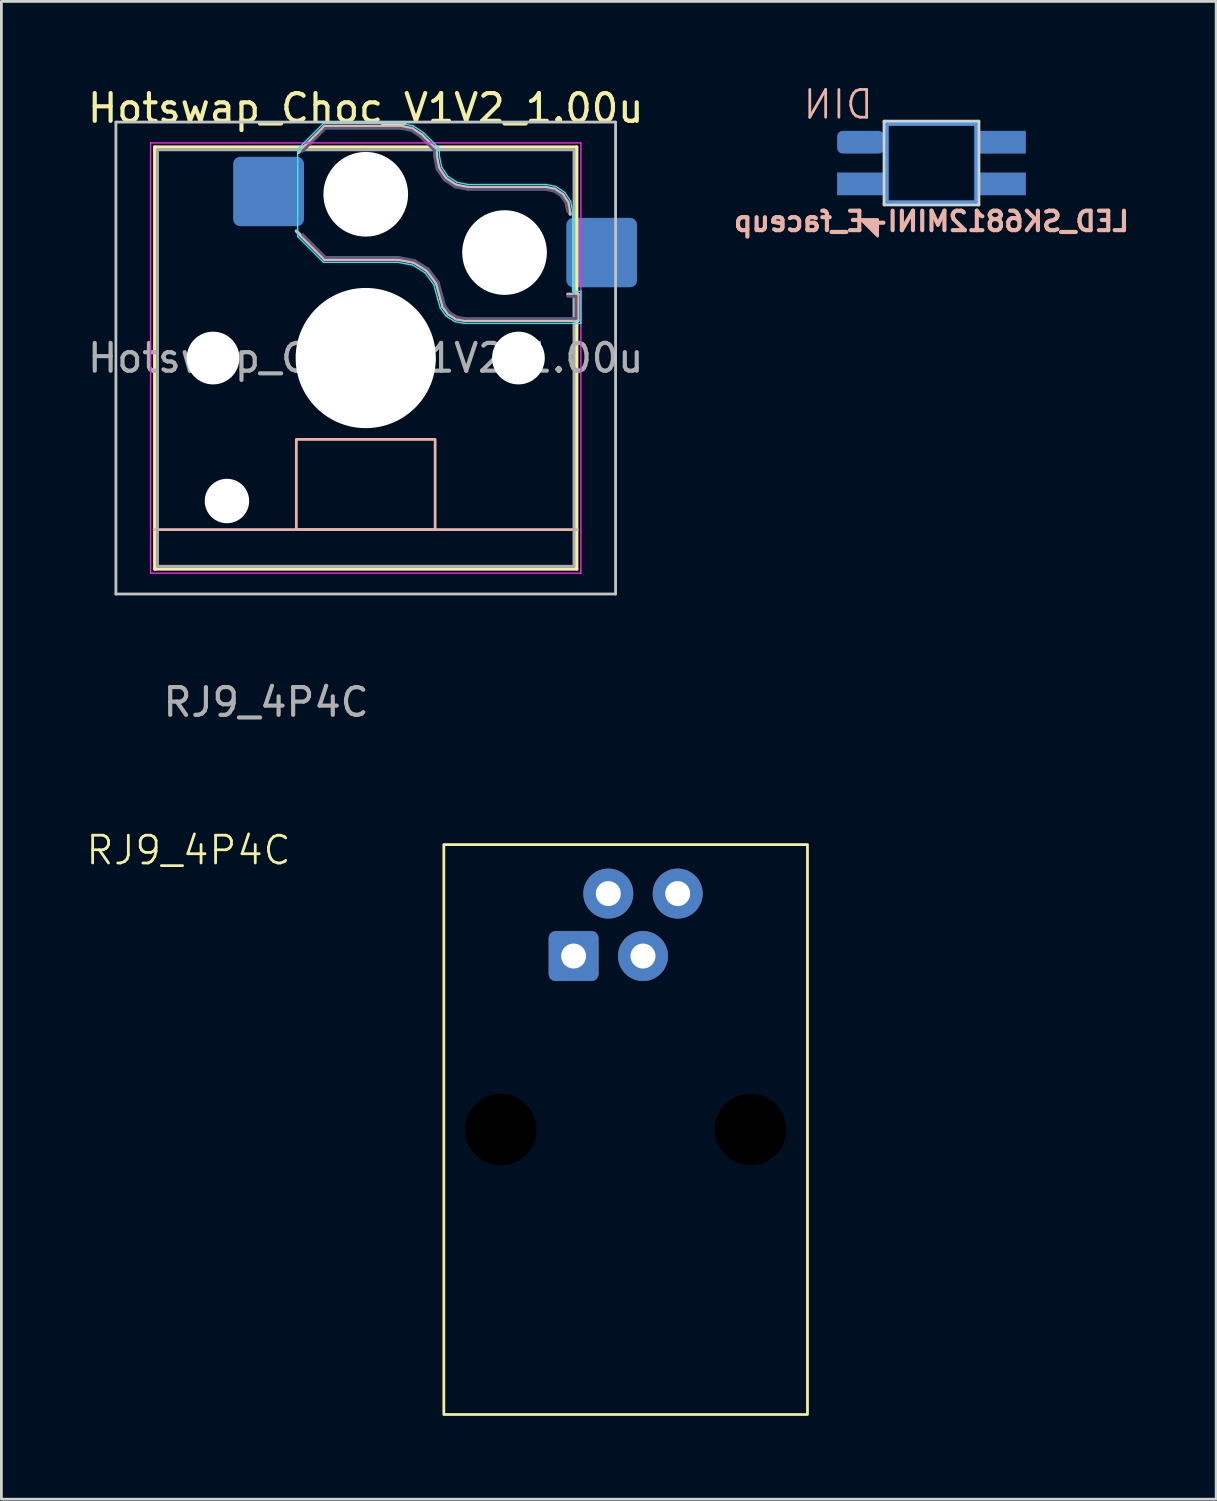
<source format=kicad_pcb>
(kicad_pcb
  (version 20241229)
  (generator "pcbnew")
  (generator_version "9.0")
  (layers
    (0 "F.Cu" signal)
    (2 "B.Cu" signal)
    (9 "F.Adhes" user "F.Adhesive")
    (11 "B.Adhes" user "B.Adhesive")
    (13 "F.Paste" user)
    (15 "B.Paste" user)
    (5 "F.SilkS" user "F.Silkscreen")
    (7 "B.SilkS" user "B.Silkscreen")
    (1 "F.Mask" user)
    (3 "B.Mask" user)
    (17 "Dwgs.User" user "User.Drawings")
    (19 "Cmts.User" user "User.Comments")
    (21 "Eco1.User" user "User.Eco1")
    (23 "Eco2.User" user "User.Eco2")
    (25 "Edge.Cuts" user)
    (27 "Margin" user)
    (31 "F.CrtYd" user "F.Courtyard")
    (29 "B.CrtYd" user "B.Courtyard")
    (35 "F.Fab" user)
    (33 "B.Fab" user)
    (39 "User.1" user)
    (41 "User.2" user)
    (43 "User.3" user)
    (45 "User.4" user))
  (footprint "LED_SK6812MINI-E_faceup"
    (layer "F.Cu")
    (at 30.505 2.824)
    (property "Reference" "LED_SK6812MINI-E_faceup" (at 0 2.1 0) (unlocked yes) (layer "B.SilkS") (effects (font (size 0.7 0.7) (thickness 0.15)) (justify mirror)))
    (attr through_hole)
    (fp_poly (pts (xy -2.54 2.032) (xy -1.94 2.032) (xy -1.94 2.632)) (stroke (width 0.1) (type solid)) (fill yes) (layer "B.SilkS"))
    (fp_line (start -1.6 -1.4) (end -1.6 1.4) (stroke (width 0.12) (type solid)) (layer "Cmts.User"))
    (fp_line (start -1.6 1.4) (end 1.6 1.4) (stroke (width 0.12) (type solid)) (layer "Cmts.User"))
    (fp_line (start 1.6 -1.4) (end -1.6 -1.4) (stroke (width 0.12) (type solid)) (layer "Cmts.User"))
    (fp_line (start 1.6 1.4) (end 1.6 -1.4) (stroke (width 0.12) (type solid)) (layer "Cmts.User"))
    (fp_line (start -1.7 -1.5) (end -1.7 1.5) (stroke (width 0.12) (type solid)) (layer "Edge.Cuts"))
    (fp_line (start -1.7 1.5) (end 1.7 1.5) (stroke (width 0.12) (type solid)) (layer "Edge.Cuts"))
    (fp_line (start 1.7 -1.5) (end -1.7 -1.5) (stroke (width 0.12) (type solid)) (layer "Edge.Cuts"))
    (fp_line (start 1.7 1.5) (end 1.7 -1.5) (stroke (width 0.12) (type solid)) (layer "Edge.Cuts"))
    (fp_text user "DIN" (at -2.032 -1.524 0) (unlocked yes) (layer "B.SilkS") (effects (font (size 1 1) (thickness 0.1)) (justify left bottom mirror)))
    (pad "1" smd rect (at 2.55 -0.75) (size 1.7 0.82) (layers "B.Cu" "B.Mask" "B.Paste"))
    (pad "2" smd rect (at 2.55 0.75) (size 1.7 0.82) (layers "B.Cu" "B.Mask" "B.Paste"))
    (pad "3" smd rect (at -2.55 0.75) (size 1.7 0.82) (layers "B.Cu" "B.Mask" "B.Paste"))
    (pad "4" smd roundrect (at -2.55 -0.75) (size 1.7 0.82) (layers "B.Cu" "B.Mask" "B.Paste") (roundrect_rratio 0.25)))
  (footprint "Hotswap_Choc_V1V2_1.00u"
    (layer "F.Cu")
    (at 10.125 9.848)
    (property "Reference" "Hotswap_Choc_V1V2_1.00u" (at 0 -9 0) (layer "F.SilkS") (effects (font (size 1 1) (thickness 0.15))))
    (attr smd)
    (fp_line (start -7.6 -7.6) (end -7.6 7.6) (stroke (width 0.12) (type solid)) (layer "F.SilkS"))
    (fp_line (start -7.6 7.6) (end 7.6 7.6) (stroke (width 0.12) (type solid)) (layer "F.SilkS"))
    (fp_line (start 7.6 -7.6) (end -7.6 -7.6) (stroke (width 0.12) (type solid)) (layer "F.SilkS"))
    (fp_line (start 7.6 7.6) (end 7.6 -7.6) (stroke (width 0.12) (type solid)) (layer "F.SilkS"))
    (fp_line (start -7.62 6.18) (end 7.62 6.18) (stroke (width 0.1) (type default)) (layer "B.SilkS"))
    (fp_line (start -2.416 -7.409) (end -1.479 -8.346) (stroke (width 0.12) (type solid)) (layer "B.SilkS"))
    (fp_line (start -1.479 -8.346) (end 1.268 -8.346) (stroke (width 0.12) (type solid)) (layer "B.SilkS"))
    (fp_line (start -1.479 -3.554) (end -2.5 -4.575) (stroke (width 0.12) (type solid)) (layer "B.SilkS"))
    (fp_line (start 1.168 -3.554) (end -1.479 -3.554) (stroke (width 0.12) (type solid)) (layer "B.SilkS"))
    (fp_line (start 1.268 -8.346) (end 1.671 -8.266) (stroke (width 0.12) (type solid)) (layer "B.SilkS"))
    (fp_line (start 1.671 -8.266) (end 2.013 -8.037) (stroke (width 0.12) (type solid)) (layer "B.SilkS"))
    (fp_line (start 1.73 -3.449) (end 1.168 -3.554) (stroke (width 0.12) (type solid)) (layer "B.SilkS"))
    (fp_line (start 2.013 -8.037) (end 2.546 -7.504) (stroke (width 0.12) (type solid)) (layer "B.SilkS"))
    (fp_line (start 2.209 -3.15) (end 1.73 -3.449) (stroke (width 0.12) (type solid)) (layer "B.SilkS"))
    (fp_line (start 2.546 -7.504) (end 2.546 -7.282) (stroke (width 0.12) (type solid)) (layer "B.SilkS"))
    (fp_line (start 2.546 -7.282) (end 2.633 -6.844) (stroke (width 0.12) (type solid)) (layer "B.SilkS"))
    (fp_line (start 2.547 -2.697) (end 2.209 -3.15) (stroke (width 0.12) (type solid)) (layer "B.SilkS"))
    (fp_line (start 2.633 -6.844) (end 2.877 -6.477) (stroke (width 0.12) (type solid)) (layer "B.SilkS"))
    (fp_line (start 2.701 -2.139) (end 2.547 -2.697) (stroke (width 0.12) (type solid)) (layer "B.SilkS"))
    (fp_line (start 2.783 -1.841) (end 2.701 -2.139) (stroke (width 0.12) (type solid)) (layer "B.SilkS"))
    (fp_line (start 2.877 -6.477) (end 3.244 -6.233) (stroke (width 0.12) (type solid)) (layer "B.SilkS"))
    (fp_line (start 2.976 -1.583) (end 2.783 -1.841) (stroke (width 0.12) (type solid)) (layer "B.SilkS"))
    (fp_line (start 3.244 -6.233) (end 3.682 -6.146) (stroke (width 0.12) (type solid)) (layer "B.SilkS"))
    (fp_line (start 3.25 -1.413) (end 2.976 -1.583) (stroke (width 0.12) (type solid)) (layer "B.SilkS"))
    (fp_line (start 3.56 -1.354) (end 3.25 -1.413) (stroke (width 0.12) (type solid)) (layer "B.SilkS"))
    (fp_line (start 3.682 -6.146) (end 6.482 -6.146) (stroke (width 0.12) (type solid)) (layer "B.SilkS"))
    (fp_line (start 6.482 -6.146) (end 6.809 -6.081) (stroke (width 0.12) (type solid)) (layer "B.SilkS"))
    (fp_line (start 6.809 -6.081) (end 7.092 -5.892) (stroke (width 0.12) (type solid)) (layer "B.SilkS"))
    (fp_line (start 7.092 -5.892) (end 7.281 -5.609) (stroke (width 0.12) (type solid)) (layer "B.SilkS"))
    (fp_line (start 7.281 -5.609) (end 7.366 -5.182) (stroke (width 0.12) (type solid)) (layer "B.SilkS"))
    (fp_line (start 7.283 -2.296) (end 7.646 -2.296) (stroke (width 0.12) (type solid)) (layer "B.SilkS"))
    (fp_line (start 7.646 -2.296) (end 7.646 -1.354) (stroke (width 0.12) (type solid)) (layer "B.SilkS"))
    (fp_line (start 7.646 -1.354) (end 3.56 -1.354) (stroke (width 0.12) (type solid)) (layer "B.SilkS"))
    (fp_rect (start -2.5 2.93) (end 2.5 6.18) (stroke (width 0.1) (type default)) (fill no) (layer "B.SilkS"))
    (fp_line (start -9 -8.5) (end -9 8.5) (stroke (width 0.1) (type solid)) (layer "Dwgs.User"))
    (fp_line (start -9 8.5) (end 9 8.5) (stroke (width 0.1) (type solid)) (layer "Dwgs.User"))
    (fp_line (start 9 -8.5) (end -9 -8.5) (stroke (width 0.1) (type solid)) (layer "Dwgs.User"))
    (fp_line (start 9 8.5) (end 9 -8.5) (stroke (width 0.1) (type solid)) (layer "Dwgs.User"))
    (fp_line (start -7.25 -7.25) (end -7.25 7.25) (stroke (width 0.1) (type solid)) (layer "Eco1.User"))
    (fp_line (start -7.25 7.25) (end 7.25 7.25) (stroke (width 0.1) (type solid)) (layer "Eco1.User"))
    (fp_line (start 7.25 -7.25) (end -7.25 -7.25) (stroke (width 0.1) (type solid)) (layer "Eco1.User"))
    (fp_line (start 7.25 7.25) (end 7.25 -7.25) (stroke (width 0.1) (type solid)) (layer "Eco1.User"))
    (fp_line (start -2.452 -7.523) (end -1.523 -8.452) (stroke (width 0.05) (type solid)) (layer "B.CrtYd"))
    (fp_line (start -2.452 -4.377) (end -2.452 -7.523) (stroke (width 0.05) (type solid)) (layer "B.CrtYd"))
    (fp_line (start -1.523 -8.452) (end 1.278 -8.452) (stroke (width 0.05) (type solid)) (layer "B.CrtYd"))
    (fp_line (start -1.523 -3.448) (end -2.452 -4.377) (stroke (width 0.05) (type solid)) (layer "B.CrtYd"))
    (fp_line (start 1.159 -3.448) (end -1.523 -3.448) (stroke (width 0.05) (type solid)) (layer "B.CrtYd"))
    (fp_line (start 1.278 -8.452) (end 1.712 -8.366) (stroke (width 0.05) (type solid)) (layer "B.CrtYd"))
    (fp_line (start 1.691 -3.348) (end 1.159 -3.448) (stroke (width 0.05) (type solid)) (layer "B.CrtYd"))
    (fp_line (start 1.712 -8.366) (end 2.081 -8.119) (stroke (width 0.05) (type solid)) (layer "B.CrtYd"))
    (fp_line (start 2.081 -8.119) (end 2.652 -7.548) (stroke (width 0.05) (type solid)) (layer "B.CrtYd"))
    (fp_line (start 2.136 -3.071) (end 1.691 -3.348) (stroke (width 0.05) (type solid)) (layer "B.CrtYd"))
    (fp_line (start 2.45 -2.65) (end 2.136 -3.071) (stroke (width 0.05) (type solid)) (layer "B.CrtYd"))
    (fp_line (start 2.599 -2.111) (end 2.45 -2.65) (stroke (width 0.05) (type solid)) (layer "B.CrtYd"))
    (fp_line (start 2.652 -7.548) (end 2.652 -7.292) (stroke (width 0.05) (type solid)) (layer "B.CrtYd"))
    (fp_line (start 2.652 -7.292) (end 2.733 -6.885) (stroke (width 0.05) (type solid)) (layer "B.CrtYd"))
    (fp_line (start 2.687 -1.794) (end 2.599 -2.111) (stroke (width 0.05) (type solid)) (layer "B.CrtYd"))
    (fp_line (start 2.733 -6.885) (end 2.953 -6.553) (stroke (width 0.05) (type solid)) (layer "B.CrtYd"))
    (fp_line (start 2.903 -1.503) (end 2.687 -1.794) (stroke (width 0.05) (type solid)) (layer "B.CrtYd"))
    (fp_line (start 2.953 -6.553) (end 3.285 -6.333) (stroke (width 0.05) (type solid)) (layer "B.CrtYd"))
    (fp_line (start 3.211 -1.312) (end 2.903 -1.503) (stroke (width 0.05) (type solid)) (layer "B.CrtYd"))
    (fp_line (start 3.285 -6.333) (end 3.692 -6.252) (stroke (width 0.05) (type solid)) (layer "B.CrtYd"))
    (fp_line (start 3.55 -1.248) (end 3.211 -1.312) (stroke (width 0.05) (type solid)) (layer "B.CrtYd"))
    (fp_line (start 3.692 -6.252) (end 6.492 -6.252) (stroke (width 0.05) (type solid)) (layer "B.CrtYd"))
    (fp_line (start 6.492 -6.252) (end 6.85 -6.181) (stroke (width 0.05) (type solid)) (layer "B.CrtYd"))
    (fp_line (start 6.85 -6.181) (end 7.168 -5.968) (stroke (width 0.05) (type solid)) (layer "B.CrtYd"))
    (fp_line (start 7.168 -5.968) (end 7.381 -5.65) (stroke (width 0.05) (type solid)) (layer "B.CrtYd"))
    (fp_line (start 7.381 -5.65) (end 7.452 -5.292) (stroke (width 0.05) (type solid)) (layer "B.CrtYd"))
    (fp_line (start 7.452 -5.292) (end 7.452 -2.402) (stroke (width 0.05) (type solid)) (layer "B.CrtYd"))
    (fp_line (start 7.452 -2.402) (end 7.752 -2.402) (stroke (width 0.05) (type solid)) (layer "B.CrtYd"))
    (fp_line (start 7.752 -2.402) (end 7.752 -1.248) (stroke (width 0.05) (type solid)) (layer "B.CrtYd"))
    (fp_line (start 7.752 -1.248) (end 3.55 -1.248) (stroke (width 0.05) (type solid)) (layer "B.CrtYd"))
    (fp_line (start -7.75 -7.75) (end -7.75 7.75) (stroke (width 0.05) (type solid)) (layer "F.CrtYd"))
    (fp_line (start -7.75 7.75) (end 7.75 7.75) (stroke (width 0.05) (type solid)) (layer "F.CrtYd"))
    (fp_line (start 7.75 -7.75) (end -7.75 -7.75) (stroke (width 0.05) (type solid)) (layer "F.CrtYd"))
    (fp_line (start 7.75 7.75) (end 7.75 -7.75) (stroke (width 0.05) (type solid)) (layer "F.CrtYd"))
    (fp_line (start -2.275 -7.45) (end -1.45 -8.275) (stroke (width 0.1) (type solid)) (layer "B.Fab"))
    (fp_line (start -1.45 -8.275) (end 1.261 -8.275) (stroke (width 0.1) (type solid)) (layer "B.Fab"))
    (fp_line (start -1.45 -3.625) (end -2.275 -4.45) (stroke (width 0.1) (type solid)) (layer "B.Fab"))
    (fp_line (start 1.175 -3.625) (end -1.45 -3.625) (stroke (width 0.1) (type solid)) (layer "B.Fab"))
    (fp_line (start 1.261 -8.275) (end 1.643 -8.199) (stroke (width 0.1) (type solid)) (layer "B.Fab"))
    (fp_line (start 1.643 -8.199) (end 1.968 -7.982) (stroke (width 0.1) (type solid)) (layer "B.Fab"))
    (fp_line (start 1.756 -3.516) (end 1.175 -3.625) (stroke (width 0.1) (type solid)) (layer "B.Fab"))
    (fp_line (start 1.968 -7.982) (end 2.475 -7.475) (stroke (width 0.1) (type solid)) (layer "B.Fab"))
    (fp_line (start 2.258 -3.203) (end 1.756 -3.516) (stroke (width 0.1) (type solid)) (layer "B.Fab"))
    (fp_line (start 2.475 -7.475) (end 2.475 -7.275) (stroke (width 0.1) (type solid)) (layer "B.Fab"))
    (fp_line (start 2.475 -7.275) (end 2.566 -6.816) (stroke (width 0.1) (type solid)) (layer "B.Fab"))
    (fp_line (start 2.566 -6.816) (end 2.826 -6.426) (stroke (width 0.1) (type solid)) (layer "B.Fab"))
    (fp_line (start 2.612 -2.729) (end 2.258 -3.203) (stroke (width 0.1) (type solid)) (layer "B.Fab"))
    (fp_line (start 2.769 -2.158) (end 2.612 -2.729) (stroke (width 0.1) (type solid)) (layer "B.Fab"))
    (fp_line (start 2.826 -6.426) (end 3.216 -6.166) (stroke (width 0.1) (type solid)) (layer "B.Fab"))
    (fp_line (start 2.848 -1.873) (end 2.769 -2.158) (stroke (width 0.1) (type solid)) (layer "B.Fab"))
    (fp_line (start 3.025 -1.636) (end 2.848 -1.873) (stroke (width 0.1) (type solid)) (layer "B.Fab"))
    (fp_line (start 3.216 -6.166) (end 3.675 -6.075) (stroke (width 0.1) (type solid)) (layer "B.Fab"))
    (fp_line (start 3.276 -1.48) (end 3.025 -1.636) (stroke (width 0.1) (type solid)) (layer "B.Fab"))
    (fp_line (start 3.567 -1.425) (end 3.276 -1.48) (stroke (width 0.1) (type solid)) (layer "B.Fab"))
    (fp_line (start 3.675 -6.075) (end 6.475 -6.075) (stroke (width 0.1) (type solid)) (layer "B.Fab"))
    (fp_line (start 6.475 -6.075) (end 6.781 -6.014) (stroke (width 0.1) (type solid)) (layer "B.Fab"))
    (fp_line (start 6.781 -6.014) (end 7.041 -5.841) (stroke (width 0.1) (type solid)) (layer "B.Fab"))
    (fp_line (start 7.041 -5.841) (end 7.214 -5.581) (stroke (width 0.1) (type solid)) (layer "B.Fab"))
    (fp_line (start 7.214 -5.581) (end 7.275 -5.275) (stroke (width 0.1) (type solid)) (layer "B.Fab"))
    (fp_line (start 7.275 -2.225) (end 7.575 -2.225) (stroke (width 0.1) (type solid)) (layer "B.Fab"))
    (fp_line (start 7.575 -2.225) (end 7.575 -1.425) (stroke (width 0.1) (type solid)) (layer "B.Fab"))
    (fp_line (start 7.575 -1.425) (end 3.567 -1.425) (stroke (width 0.1) (type solid)) (layer "B.Fab"))
    (fp_line (start -7.5 -7.5) (end -7.5 7.5) (stroke (width 0.1) (type solid)) (layer "F.Fab"))
    (fp_line (start -7.5 7.5) (end 7.5 7.5) (stroke (width 0.1) (type solid)) (layer "F.Fab"))
    (fp_line (start 7.5 -7.5) (end -7.5 -7.5) (stroke (width 0.1) (type solid)) (layer "F.Fab"))
    (fp_line (start 7.5 7.5) (end 7.5 -7.5) (stroke (width 0.1) (type solid)) (layer "F.Fab"))
    (fp_text user "${REFERENCE}" (at 0 0 0) (layer "F.Fab") (effects (font (size 1 1) (thickness 0.15))))
    (pad "" np_thru_hole circle (at -5.5 0) (size 1.9 1.9) (drill 1.9) (layers "*.Cu" "*.Mask"))
    (pad "" np_thru_hole circle (at -5 5.15) (size 1.6 1.6) (drill 1.6) (layers "*.Cu" "*.Mask"))
    (pad "" np_thru_hole circle (at 0 -5.9) (size 3.05 3.05) (drill 3.05) (layers "*.Cu" "*.Mask"))
    (pad "" np_thru_hole circle (at 0 0) (size 5.05 5.05) (drill 5.05) (layers "*.Cu" "*.Mask"))
    (pad "" np_thru_hole circle (at 5 -3.8) (size 3.05 3.05) (drill 3.05) (layers "*.Cu" "*.Mask"))
    (pad "" np_thru_hole circle (at 5.5 0) (size 1.9 1.9) (drill 1.9) (layers "*.Cu" "*.Mask"))
    (pad "1" smd roundrect (at -3.5 -6) (size 2.55 2.5) (layers "B.Cu" "B.Mask" "B.Paste") (roundrect_rratio 0.1))
    (pad "2" smd roundrect (at 8.5 -3.8) (size 2.55 2.5) (layers "B.Cu" "B.Mask" "B.Paste") (roundrect_rratio 0.1)))
  (footprint "RJ9_4P4C"
    (layer "F.Cu")
    (at 19.488 31.39)
    (property "Reference" "RJ9_4P4C" (at -15.748 -3.81 0) (unlocked yes) (layer "F.SilkS") (effects (font (size 1 1) (thickness 0.1))))
    (attr through_hole)
    (fp_rect (start -6.55 -4.015) (end 6.55 16.515) (stroke (width 0.1) (type default)) (fill no) (layer "F.SilkS"))
    (fp_text user "${REFERENCE}" (at -12.954 -9.144 0) (unlocked yes) (layer "F.Fab") (effects (font (size 1 1) (thickness 0.15))))
    (pad "" np_thru_hole circle (at -4.5 6.25) (size 2.63 2.63) (drill 2.58) (layers "*.Mask"))
    (pad "" np_thru_hole circle (at 4.5 6.25) (size 2.63 2.63) (drill 2.58) (layers "*.Mask"))
    (pad "1" thru_hole roundrect (at -1.875 0) (size 1.8 1.8) (drill 0.9) (layers "*.Cu" "*.Mask") (roundrect_rratio 0.139))
    (pad "2" thru_hole circle (at -0.625 -2.25) (size 1.8 1.8) (drill 0.9) (layers "*.Cu" "*.Mask"))
    (pad "3" thru_hole circle (at 0.625 0) (size 1.8 1.8) (drill 0.9) (layers "*.Cu" "*.Mask"))
    (pad "4" thru_hole circle (at 1.875 -2.25) (size 1.8 1.8) (drill 0.9) (layers "*.Cu" "*.Mask")))
  (gr_rect
    (start -3 -3)
    (end 40.76 50.956)
    (stroke (width 0.1) (type default))
    (fill no)
    (layer "Edge.Cuts")))
</source>
